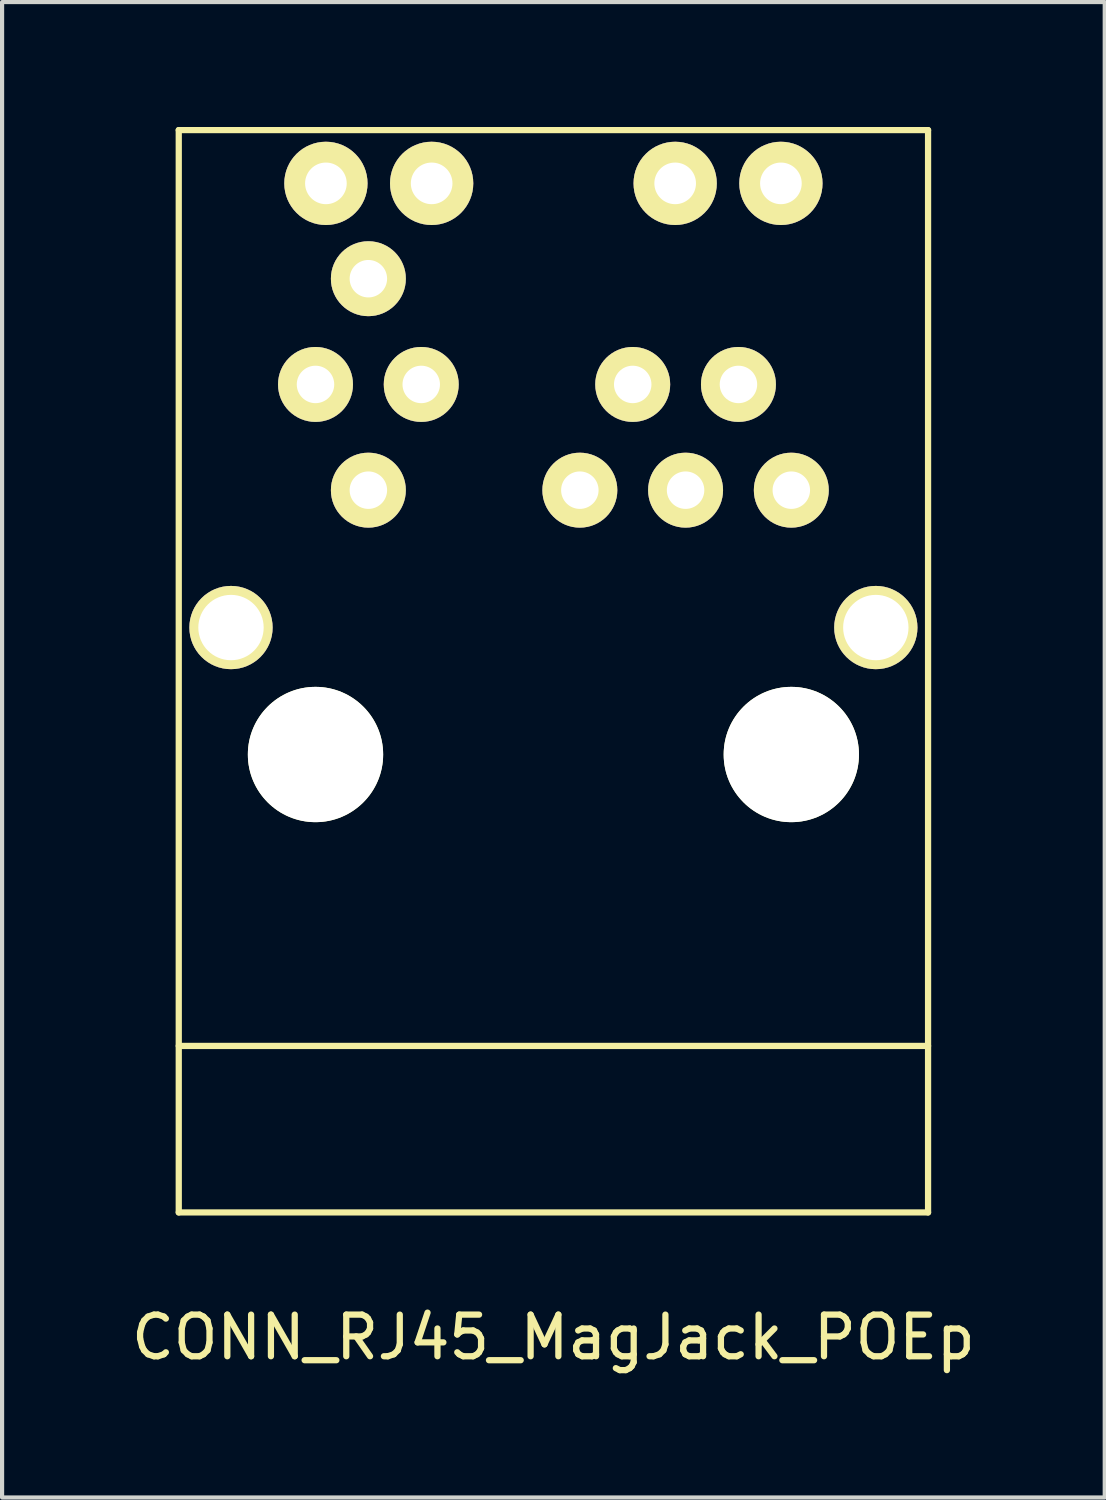
<source format=kicad_pcb>
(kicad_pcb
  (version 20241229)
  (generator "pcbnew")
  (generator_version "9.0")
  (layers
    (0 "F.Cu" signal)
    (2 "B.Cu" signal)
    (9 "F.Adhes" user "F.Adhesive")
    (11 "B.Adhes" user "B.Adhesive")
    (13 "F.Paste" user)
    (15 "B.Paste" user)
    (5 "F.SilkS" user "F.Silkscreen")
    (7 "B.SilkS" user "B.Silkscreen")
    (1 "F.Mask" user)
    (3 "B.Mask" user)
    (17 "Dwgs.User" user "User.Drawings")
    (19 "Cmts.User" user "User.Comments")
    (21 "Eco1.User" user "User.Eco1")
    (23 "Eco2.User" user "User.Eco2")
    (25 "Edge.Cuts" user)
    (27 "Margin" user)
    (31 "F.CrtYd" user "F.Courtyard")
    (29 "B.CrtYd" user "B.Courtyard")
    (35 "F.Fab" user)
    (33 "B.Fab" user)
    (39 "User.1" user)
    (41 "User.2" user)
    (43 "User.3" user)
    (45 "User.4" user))
  (footprint "CONN_RJ45_MagJack_POEp"
    (layer "F.Cu")
    (at 10.244 15.075)
    (property "Reference" "CONN_RJ45_MagJack_POEp" (at 0 14 0) (layer "F.SilkS") (effects (font (size 1 1) (thickness 0.15))))
    (attr through_hole)
    (fp_line (start -9 -15) (end -9 11) (stroke (width 0.15) (type solid)) (layer "F.SilkS"))
    (fp_line (start -9 -15) (end 9 -15) (stroke (width 0.15) (type solid)) (layer "F.SilkS"))
    (fp_line (start -9 7) (end 9 7) (stroke (width 0.15) (type solid)) (layer "F.SilkS"))
    (fp_line (start -9 11) (end 9 11) (stroke (width 0.15) (type solid)) (layer "F.SilkS"))
    (fp_line (start 9 -15) (end 9 11) (stroke (width 0.15) (type solid)) (layer "F.SilkS"))
    (pad "" np_thru_hole circle (at -5.715 0) (size 3.25 3.25) (drill 3.25) (layers "*.Cu" "*.Mask" "F.SilkS"))
    (pad "" np_thru_hole circle (at 5.715 0) (size 3.25 3.25) (drill 3.25) (layers "*.Cu" "*.Mask" "F.SilkS"))
    (pad "1" thru_hole circle (at 5.715 -6.35) (size 1.8 1.8) (drill 0.9) (layers "*.Cu" "*.Mask" "F.SilkS"))
    (pad "2" thru_hole circle (at 4.445 -8.89) (size 1.8 1.8) (drill 0.9) (layers "*.Cu" "*.Mask" "F.SilkS"))
    (pad "3" thru_hole circle (at 3.175 -6.35) (size 1.8 1.8) (drill 0.9) (layers "*.Cu" "*.Mask" "F.SilkS"))
    (pad "4" thru_hole circle (at 1.905 -8.89) (size 1.8 1.8) (drill 0.9) (layers "*.Cu" "*.Mask" "F.SilkS"))
    (pad "5" thru_hole circle (at 0.635 -6.35) (size 1.8 1.8) (drill 0.9) (layers "*.Cu" "*.Mask" "F.SilkS"))
    (pad "8" thru_hole circle (at -3.175 -8.89) (size 1.8 1.8) (drill 0.9) (layers "*.Cu" "*.Mask" "F.SilkS"))
    (pad "9" thru_hole circle (at -4.445 -6.35) (size 1.8 1.8) (drill 0.9) (layers "*.Cu" "*.Mask" "F.SilkS"))
    (pad "10" thru_hole circle (at -5.715 -8.89) (size 1.8 1.8) (drill 0.9) (layers "*.Cu" "*.Mask" "F.SilkS"))
    (pad "11" thru_hole circle (at -4.445 -11.43) (size 1.8 1.8) (drill 0.9) (layers "*.Cu" "*.Mask" "F.SilkS"))
    (pad "GA" thru_hole circle (at -5.465 -13.72) (size 2 2) (drill 1) (layers "*.Cu" "*.Mask" "F.SilkS"))
    (pad "GK" thru_hole circle (at -2.925 -13.72) (size 2 2) (drill 1) (layers "*.Cu" "*.Mask" "F.SilkS"))
    (pad "S" thru_hole circle (at -7.745 -3.05) (size 2 2) (drill 1.57) (layers "*.Cu" "*.Mask" "F.SilkS"))
    (pad "S" thru_hole circle (at 7.745 -3.05) (size 2 2) (drill 1.57) (layers "*.Cu" "*.Mask" "F.SilkS"))
    (pad "YA" thru_hole circle (at 2.925 -13.72) (size 2 2) (drill 1) (layers "*.Cu" "*.Mask" "F.SilkS"))
    (pad "YK" thru_hole circle (at 5.465 -13.72) (size 2 2) (drill 1) (layers "*.Cu" "*.Mask" "F.SilkS")))
  (gr_rect
    (start -3 -3)
    (end 23.488 32.923)
    (stroke (width 0.1) (type default))
    (fill no)
    (layer "Edge.Cuts")))
</source>
